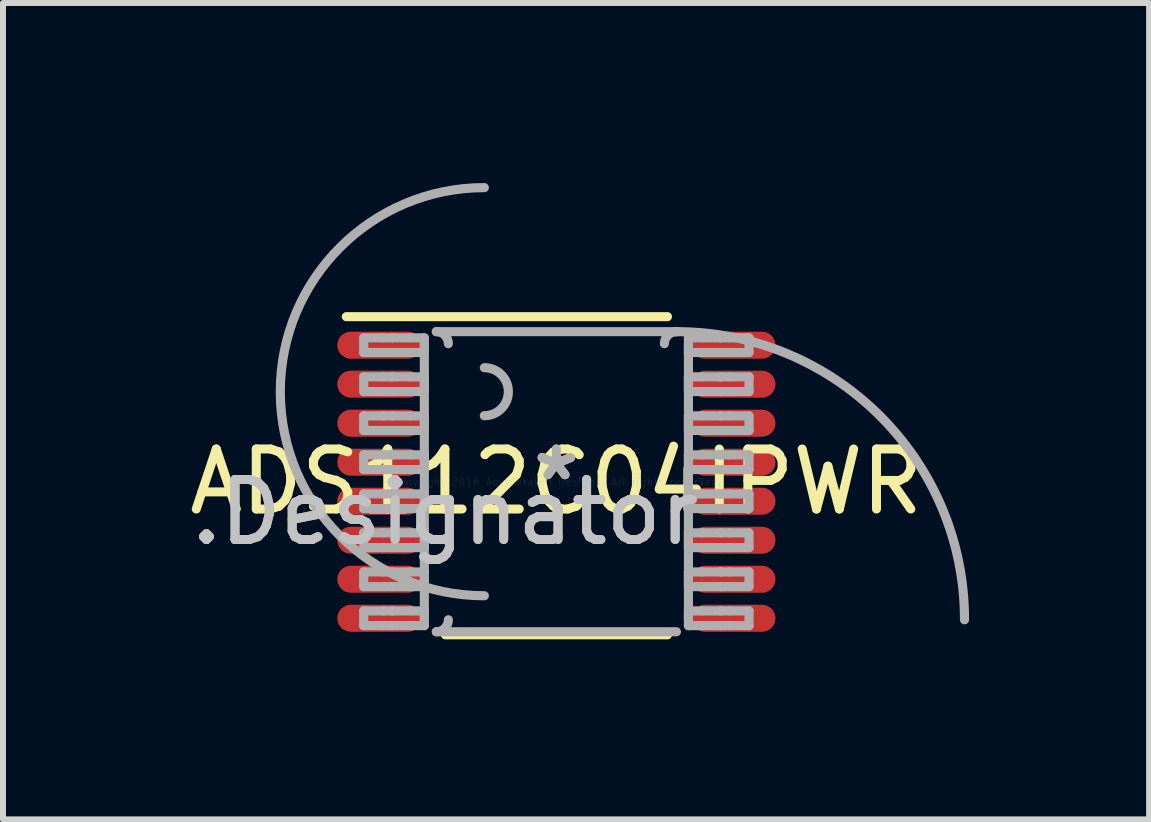
<source format=kicad_pcb>
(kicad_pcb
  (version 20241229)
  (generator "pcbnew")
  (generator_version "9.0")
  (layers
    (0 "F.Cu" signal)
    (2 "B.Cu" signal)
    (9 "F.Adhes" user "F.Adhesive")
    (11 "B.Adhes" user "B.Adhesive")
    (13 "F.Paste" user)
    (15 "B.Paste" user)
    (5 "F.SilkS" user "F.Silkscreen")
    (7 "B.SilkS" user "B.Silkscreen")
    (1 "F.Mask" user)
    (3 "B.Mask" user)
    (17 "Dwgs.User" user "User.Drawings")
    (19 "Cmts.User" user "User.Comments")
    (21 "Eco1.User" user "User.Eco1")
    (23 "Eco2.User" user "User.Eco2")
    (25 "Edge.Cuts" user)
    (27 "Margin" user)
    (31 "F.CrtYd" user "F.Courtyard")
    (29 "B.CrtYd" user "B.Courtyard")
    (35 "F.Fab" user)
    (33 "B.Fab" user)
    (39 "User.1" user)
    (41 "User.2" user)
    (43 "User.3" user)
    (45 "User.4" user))
  (footprint "ADS112C04IPWR"
    (layer "F.Cu")
    (at 6.22 4.976)
    (property "Reference" "ADS112C04IPWR" (at 0 0 0) (layer "F.SilkS") (effects (font (size 1 1) (thickness 0.15))))
    (attr through_hole)
    (fp_line (start -3.5 -2.75) (end 1.85 -2.75) (stroke (width 0.152) (type solid)) (layer "F.SilkS"))
    (fp_line (start -1.85 2.55) (end 1.85 2.55) (stroke (width 0.152) (type solid)) (layer "F.SilkS"))
    (fp_line (start -3.21 -2.397) (end -2.887 -2.397) (stroke (width 0.152) (type solid)) (layer "F.Fab"))
    (fp_line (start -3.21 -2.153) (end -3.21 -2.397) (stroke (width 0.152) (type solid)) (layer "F.Fab"))
    (fp_line (start -3.21 -2.153) (end -2.887 -2.153) (stroke (width 0.152) (type solid)) (layer "F.Fab"))
    (fp_line (start -3.21 -1.748) (end -2.887 -1.748) (stroke (width 0.152) (type solid)) (layer "F.Fab"))
    (fp_line (start -3.21 -1.502) (end -3.21 -1.748) (stroke (width 0.152) (type solid)) (layer "F.Fab"))
    (fp_line (start -3.21 -1.502) (end -2.887 -1.502) (stroke (width 0.152) (type solid)) (layer "F.Fab"))
    (fp_line (start -3.21 -1.097) (end -2.887 -1.097) (stroke (width 0.152) (type solid)) (layer "F.Fab"))
    (fp_line (start -3.21 -0.853) (end -3.21 -1.097) (stroke (width 0.152) (type solid)) (layer "F.Fab"))
    (fp_line (start -3.21 -0.853) (end -2.887 -0.853) (stroke (width 0.152) (type solid)) (layer "F.Fab"))
    (fp_line (start -3.21 -0.448) (end -2.887 -0.448) (stroke (width 0.152) (type solid)) (layer "F.Fab"))
    (fp_line (start -3.21 -0.202) (end -3.21 -0.448) (stroke (width 0.152) (type solid)) (layer "F.Fab"))
    (fp_line (start -3.21 -0.202) (end -2.887 -0.202) (stroke (width 0.152) (type solid)) (layer "F.Fab"))
    (fp_line (start -3.21 0.203) (end -2.887 0.203) (stroke (width 0.152) (type solid)) (layer "F.Fab"))
    (fp_line (start -3.21 0.447) (end -3.21 0.203) (stroke (width 0.152) (type solid)) (layer "F.Fab"))
    (fp_line (start -3.21 0.447) (end -2.887 0.447) (stroke (width 0.152) (type solid)) (layer "F.Fab"))
    (fp_line (start -3.21 0.852) (end -2.887 0.852) (stroke (width 0.152) (type solid)) (layer "F.Fab"))
    (fp_line (start -3.21 1.098) (end -3.21 0.852) (stroke (width 0.152) (type solid)) (layer "F.Fab"))
    (fp_line (start -3.21 1.098) (end -2.887 1.098) (stroke (width 0.152) (type solid)) (layer "F.Fab"))
    (fp_line (start -3.21 1.503) (end -2.887 1.503) (stroke (width 0.152) (type solid)) (layer "F.Fab"))
    (fp_line (start -3.21 1.748) (end -3.21 1.503) (stroke (width 0.152) (type solid)) (layer "F.Fab"))
    (fp_line (start -3.21 1.748) (end -2.887 1.748) (stroke (width 0.152) (type solid)) (layer "F.Fab"))
    (fp_line (start -3.21 2.152) (end -2.887 2.152) (stroke (width 0.152) (type solid)) (layer "F.Fab"))
    (fp_line (start -3.21 2.398) (end -3.21 2.152) (stroke (width 0.152) (type solid)) (layer "F.Fab"))
    (fp_line (start -3.21 2.398) (end -2.887 2.398) (stroke (width 0.152) (type solid)) (layer "F.Fab"))
    (fp_line (start -2.887 -2.397) (end -2.739 -2.397) (stroke (width 0.152) (type solid)) (layer "F.Fab"))
    (fp_line (start -2.887 -2.153) (end -2.739 -2.153) (stroke (width 0.152) (type solid)) (layer "F.Fab"))
    (fp_line (start -2.887 -1.748) (end -2.739 -1.748) (stroke (width 0.152) (type solid)) (layer "F.Fab"))
    (fp_line (start -2.887 -1.502) (end -2.739 -1.502) (stroke (width 0.152) (type solid)) (layer "F.Fab"))
    (fp_line (start -2.887 -1.097) (end -2.739 -1.097) (stroke (width 0.152) (type solid)) (layer "F.Fab"))
    (fp_line (start -2.887 -0.853) (end -2.739 -0.853) (stroke (width 0.152) (type solid)) (layer "F.Fab"))
    (fp_line (start -2.887 -0.448) (end -2.739 -0.448) (stroke (width 0.152) (type solid)) (layer "F.Fab"))
    (fp_line (start -2.887 -0.202) (end -2.739 -0.202) (stroke (width 0.152) (type solid)) (layer "F.Fab"))
    (fp_line (start -2.887 0.203) (end -2.739 0.203) (stroke (width 0.152) (type solid)) (layer "F.Fab"))
    (fp_line (start -2.887 0.447) (end -2.739 0.447) (stroke (width 0.152) (type solid)) (layer "F.Fab"))
    (fp_line (start -2.887 0.852) (end -2.739 0.852) (stroke (width 0.152) (type solid)) (layer "F.Fab"))
    (fp_line (start -2.887 1.098) (end -2.739 1.098) (stroke (width 0.152) (type solid)) (layer "F.Fab"))
    (fp_line (start -2.887 1.503) (end -2.739 1.503) (stroke (width 0.152) (type solid)) (layer "F.Fab"))
    (fp_line (start -2.887 1.748) (end -2.739 1.748) (stroke (width 0.152) (type solid)) (layer "F.Fab"))
    (fp_line (start -2.887 2.152) (end -2.739 2.152) (stroke (width 0.152) (type solid)) (layer "F.Fab"))
    (fp_line (start -2.887 2.398) (end -2.739 2.398) (stroke (width 0.152) (type solid)) (layer "F.Fab"))
    (fp_line (start -2.739 -2.397) (end -2.733 -2.397) (stroke (width 0.152) (type solid)) (layer "F.Fab"))
    (fp_line (start -2.739 -2.153) (end -2.733 -2.153) (stroke (width 0.152) (type solid)) (layer "F.Fab"))
    (fp_line (start -2.739 -1.748) (end -2.733 -1.748) (stroke (width 0.152) (type solid)) (layer "F.Fab"))
    (fp_line (start -2.739 -1.502) (end -2.733 -1.502) (stroke (width 0.152) (type solid)) (layer "F.Fab"))
    (fp_line (start -2.739 -1.097) (end -2.733 -1.097) (stroke (width 0.152) (type solid)) (layer "F.Fab"))
    (fp_line (start -2.739 -0.853) (end -2.733 -0.853) (stroke (width 0.152) (type solid)) (layer "F.Fab"))
    (fp_line (start -2.739 -0.448) (end -2.733 -0.448) (stroke (width 0.152) (type solid)) (layer "F.Fab"))
    (fp_line (start -2.739 -0.202) (end -2.733 -0.202) (stroke (width 0.152) (type solid)) (layer "F.Fab"))
    (fp_line (start -2.739 0.203) (end -2.733 0.203) (stroke (width 0.152) (type solid)) (layer "F.Fab"))
    (fp_line (start -2.739 0.447) (end -2.733 0.447) (stroke (width 0.152) (type solid)) (layer "F.Fab"))
    (fp_line (start -2.739 0.852) (end -2.733 0.852) (stroke (width 0.152) (type solid)) (layer "F.Fab"))
    (fp_line (start -2.739 1.098) (end -2.733 1.098) (stroke (width 0.152) (type solid)) (layer "F.Fab"))
    (fp_line (start -2.739 1.503) (end -2.733 1.503) (stroke (width 0.152) (type solid)) (layer "F.Fab"))
    (fp_line (start -2.739 1.748) (end -2.733 1.748) (stroke (width 0.152) (type solid)) (layer "F.Fab"))
    (fp_line (start -2.739 2.152) (end -2.733 2.152) (stroke (width 0.152) (type solid)) (layer "F.Fab"))
    (fp_line (start -2.739 2.398) (end -2.733 2.398) (stroke (width 0.152) (type solid)) (layer "F.Fab"))
    (fp_line (start -2.733 -2.397) (end -2.431 -2.397) (stroke (width 0.152) (type solid)) (layer "F.Fab"))
    (fp_line (start -2.733 -2.153) (end -2.431 -2.153) (stroke (width 0.152) (type solid)) (layer "F.Fab"))
    (fp_line (start -2.733 -1.748) (end -2.431 -1.748) (stroke (width 0.152) (type solid)) (layer "F.Fab"))
    (fp_line (start -2.733 -1.502) (end -2.431 -1.502) (stroke (width 0.152) (type solid)) (layer "F.Fab"))
    (fp_line (start -2.733 -1.097) (end -2.431 -1.097) (stroke (width 0.152) (type solid)) (layer "F.Fab"))
    (fp_line (start -2.733 -0.853) (end -2.431 -0.853) (stroke (width 0.152) (type solid)) (layer "F.Fab"))
    (fp_line (start -2.733 -0.448) (end -2.431 -0.448) (stroke (width 0.152) (type solid)) (layer "F.Fab"))
    (fp_line (start -2.733 -0.202) (end -2.431 -0.202) (stroke (width 0.152) (type solid)) (layer "F.Fab"))
    (fp_line (start -2.733 0.203) (end -2.431 0.203) (stroke (width 0.152) (type solid)) (layer "F.Fab"))
    (fp_line (start -2.733 0.447) (end -2.431 0.447) (stroke (width 0.152) (type solid)) (layer "F.Fab"))
    (fp_line (start -2.733 0.852) (end -2.431 0.852) (stroke (width 0.152) (type solid)) (layer "F.Fab"))
    (fp_line (start -2.733 1.098) (end -2.431 1.098) (stroke (width 0.152) (type solid)) (layer "F.Fab"))
    (fp_line (start -2.733 1.503) (end -2.431 1.503) (stroke (width 0.152) (type solid)) (layer "F.Fab"))
    (fp_line (start -2.733 1.748) (end -2.431 1.748) (stroke (width 0.152) (type solid)) (layer "F.Fab"))
    (fp_line (start -2.733 2.152) (end -2.431 2.152) (stroke (width 0.152) (type solid)) (layer "F.Fab"))
    (fp_line (start -2.733 2.398) (end -2.431 2.398) (stroke (width 0.152) (type solid)) (layer "F.Fab"))
    (fp_line (start -2.431 -2.397) (end -2.2 -2.397) (stroke (width 0.152) (type solid)) (layer "F.Fab"))
    (fp_line (start -2.431 -2.153) (end -2.2 -2.153) (stroke (width 0.152) (type solid)) (layer "F.Fab"))
    (fp_line (start -2.431 -1.748) (end -2.2 -1.748) (stroke (width 0.152) (type solid)) (layer "F.Fab"))
    (fp_line (start -2.431 -1.502) (end -2.2 -1.502) (stroke (width 0.152) (type solid)) (layer "F.Fab"))
    (fp_line (start -2.431 -1.097) (end -2.2 -1.097) (stroke (width 0.152) (type solid)) (layer "F.Fab"))
    (fp_line (start -2.431 -0.853) (end -2.2 -0.853) (stroke (width 0.152) (type solid)) (layer "F.Fab"))
    (fp_line (start -2.431 -0.448) (end -2.2 -0.448) (stroke (width 0.152) (type solid)) (layer "F.Fab"))
    (fp_line (start -2.431 -0.202) (end -2.2 -0.202) (stroke (width 0.152) (type solid)) (layer "F.Fab"))
    (fp_line (start -2.431 0.203) (end -2.2 0.203) (stroke (width 0.152) (type solid)) (layer "F.Fab"))
    (fp_line (start -2.431 0.447) (end -2.2 0.447) (stroke (width 0.152) (type solid)) (layer "F.Fab"))
    (fp_line (start -2.431 0.852) (end -2.2 0.852) (stroke (width 0.152) (type solid)) (layer "F.Fab"))
    (fp_line (start -2.431 1.098) (end -2.2 1.098) (stroke (width 0.152) (type solid)) (layer "F.Fab"))
    (fp_line (start -2.431 1.503) (end -2.2 1.503) (stroke (width 0.152) (type solid)) (layer "F.Fab"))
    (fp_line (start -2.431 1.748) (end -2.2 1.748) (stroke (width 0.152) (type solid)) (layer "F.Fab"))
    (fp_line (start -2.431 2.152) (end -2.2 2.152) (stroke (width 0.152) (type solid)) (layer "F.Fab"))
    (fp_line (start -2.431 2.398) (end -2.2 2.398) (stroke (width 0.152) (type solid)) (layer "F.Fab"))
    (fp_line (start -2.2 -2.153) (end -2.2 -2.397) (stroke (width 0.152) (type solid)) (layer "F.Fab"))
    (fp_line (start -2.2 -1.502) (end -2.2 -1.748) (stroke (width 0.152) (type solid)) (layer "F.Fab"))
    (fp_line (start -2.2 -0.853) (end -2.2 -1.097) (stroke (width 0.152) (type solid)) (layer "F.Fab"))
    (fp_line (start -2.2 -0.202) (end -2.2 -0.448) (stroke (width 0.152) (type solid)) (layer "F.Fab"))
    (fp_line (start -2.2 0.447) (end -2.2 0.203) (stroke (width 0.152) (type solid)) (layer "F.Fab"))
    (fp_line (start -2.2 1.098) (end -2.2 0.852) (stroke (width 0.152) (type solid)) (layer "F.Fab"))
    (fp_line (start -2.2 1.748) (end -2.2 1.503) (stroke (width 0.152) (type solid)) (layer "F.Fab"))
    (fp_line (start -2.2 2.3) (end -2.2 -2.3) (stroke (width 0.152) (type solid)) (layer "F.Fab"))
    (fp_line (start -2.2 2.398) (end -2.2 2.152) (stroke (width 0.152) (type solid)) (layer "F.Fab"))
    (fp_line (start -2 -2.5) (end 2 -2.5) (stroke (width 0.152) (type solid)) (layer "F.Fab"))
    (fp_line (start -2 2.5) (end 2 2.5) (stroke (width 0.152) (type solid)) (layer "F.Fab"))
    (fp_line (start 2.2 -2.397) (end 2.43 -2.397) (stroke (width 0.152) (type solid)) (layer "F.Fab"))
    (fp_line (start 2.2 -2.153) (end 2.2 -2.397) (stroke (width 0.152) (type solid)) (layer "F.Fab"))
    (fp_line (start 2.2 -2.153) (end 2.43 -2.153) (stroke (width 0.152) (type solid)) (layer "F.Fab"))
    (fp_line (start 2.2 -1.748) (end 2.43 -1.748) (stroke (width 0.152) (type solid)) (layer "F.Fab"))
    (fp_line (start 2.2 -1.502) (end 2.2 -1.748) (stroke (width 0.152) (type solid)) (layer "F.Fab"))
    (fp_line (start 2.2 -1.502) (end 2.43 -1.502) (stroke (width 0.152) (type solid)) (layer "F.Fab"))
    (fp_line (start 2.2 -1.097) (end 2.43 -1.097) (stroke (width 0.152) (type solid)) (layer "F.Fab"))
    (fp_line (start 2.2 -0.853) (end 2.2 -1.097) (stroke (width 0.152) (type solid)) (layer "F.Fab"))
    (fp_line (start 2.2 -0.853) (end 2.43 -0.853) (stroke (width 0.152) (type solid)) (layer "F.Fab"))
    (fp_line (start 2.2 -0.448) (end 2.43 -0.448) (stroke (width 0.152) (type solid)) (layer "F.Fab"))
    (fp_line (start 2.2 -0.202) (end 2.2 -0.448) (stroke (width 0.152) (type solid)) (layer "F.Fab"))
    (fp_line (start 2.2 -0.202) (end 2.43 -0.202) (stroke (width 0.152) (type solid)) (layer "F.Fab"))
    (fp_line (start 2.2 0.203) (end 2.43 0.203) (stroke (width 0.152) (type solid)) (layer "F.Fab"))
    (fp_line (start 2.2 0.447) (end 2.2 0.203) (stroke (width 0.152) (type solid)) (layer "F.Fab"))
    (fp_line (start 2.2 0.447) (end 2.43 0.447) (stroke (width 0.152) (type solid)) (layer "F.Fab"))
    (fp_line (start 2.2 0.852) (end 2.43 0.852) (stroke (width 0.152) (type solid)) (layer "F.Fab"))
    (fp_line (start 2.2 1.098) (end 2.2 0.852) (stroke (width 0.152) (type solid)) (layer "F.Fab"))
    (fp_line (start 2.2 1.098) (end 2.43 1.098) (stroke (width 0.152) (type solid)) (layer "F.Fab"))
    (fp_line (start 2.2 1.503) (end 2.43 1.503) (stroke (width 0.152) (type solid)) (layer "F.Fab"))
    (fp_line (start 2.2 1.748) (end 2.2 1.503) (stroke (width 0.152) (type solid)) (layer "F.Fab"))
    (fp_line (start 2.2 1.748) (end 2.43 1.748) (stroke (width 0.152) (type solid)) (layer "F.Fab"))
    (fp_line (start 2.2 2.152) (end 2.43 2.152) (stroke (width 0.152) (type solid)) (layer "F.Fab"))
    (fp_line (start 2.2 2.3) (end 2.2 -2.3) (stroke (width 0.152) (type solid)) (layer "F.Fab"))
    (fp_line (start 2.2 2.398) (end 2.2 2.152) (stroke (width 0.152) (type solid)) (layer "F.Fab"))
    (fp_line (start 2.2 2.398) (end 2.43 2.398) (stroke (width 0.152) (type solid)) (layer "F.Fab"))
    (fp_line (start 2.43 -2.397) (end 2.733 -2.397) (stroke (width 0.152) (type solid)) (layer "F.Fab"))
    (fp_line (start 2.43 -2.153) (end 2.733 -2.153) (stroke (width 0.152) (type solid)) (layer "F.Fab"))
    (fp_line (start 2.43 -1.748) (end 2.733 -1.748) (stroke (width 0.152) (type solid)) (layer "F.Fab"))
    (fp_line (start 2.43 -1.502) (end 2.733 -1.502) (stroke (width 0.152) (type solid)) (layer "F.Fab"))
    (fp_line (start 2.43 -1.097) (end 2.733 -1.097) (stroke (width 0.152) (type solid)) (layer "F.Fab"))
    (fp_line (start 2.43 -0.853) (end 2.733 -0.853) (stroke (width 0.152) (type solid)) (layer "F.Fab"))
    (fp_line (start 2.43 -0.448) (end 2.733 -0.448) (stroke (width 0.152) (type solid)) (layer "F.Fab"))
    (fp_line (start 2.43 -0.202) (end 2.733 -0.202) (stroke (width 0.152) (type solid)) (layer "F.Fab"))
    (fp_line (start 2.43 0.203) (end 2.733 0.203) (stroke (width 0.152) (type solid)) (layer "F.Fab"))
    (fp_line (start 2.43 0.447) (end 2.733 0.447) (stroke (width 0.152) (type solid)) (layer "F.Fab"))
    (fp_line (start 2.43 0.852) (end 2.733 0.852) (stroke (width 0.152) (type solid)) (layer "F.Fab"))
    (fp_line (start 2.43 1.098) (end 2.733 1.098) (stroke (width 0.152) (type solid)) (layer "F.Fab"))
    (fp_line (start 2.43 1.503) (end 2.733 1.503) (stroke (width 0.152) (type solid)) (layer "F.Fab"))
    (fp_line (start 2.43 1.748) (end 2.733 1.748) (stroke (width 0.152) (type solid)) (layer "F.Fab"))
    (fp_line (start 2.43 2.152) (end 2.733 2.152) (stroke (width 0.152) (type solid)) (layer "F.Fab"))
    (fp_line (start 2.43 2.398) (end 2.733 2.398) (stroke (width 0.152) (type solid)) (layer "F.Fab"))
    (fp_line (start 2.733 -2.397) (end 2.739 -2.397) (stroke (width 0.152) (type solid)) (layer "F.Fab"))
    (fp_line (start 2.733 -2.153) (end 2.739 -2.153) (stroke (width 0.152) (type solid)) (layer "F.Fab"))
    (fp_line (start 2.733 -1.748) (end 2.739 -1.748) (stroke (width 0.152) (type solid)) (layer "F.Fab"))
    (fp_line (start 2.733 -1.502) (end 2.739 -1.502) (stroke (width 0.152) (type solid)) (layer "F.Fab"))
    (fp_line (start 2.733 -1.097) (end 2.739 -1.097) (stroke (width 0.152) (type solid)) (layer "F.Fab"))
    (fp_line (start 2.733 -0.853) (end 2.739 -0.853) (stroke (width 0.152) (type solid)) (layer "F.Fab"))
    (fp_line (start 2.733 -0.448) (end 2.739 -0.448) (stroke (width 0.152) (type solid)) (layer "F.Fab"))
    (fp_line (start 2.733 -0.202) (end 2.739 -0.202) (stroke (width 0.152) (type solid)) (layer "F.Fab"))
    (fp_line (start 2.733 0.203) (end 2.739 0.203) (stroke (width 0.152) (type solid)) (layer "F.Fab"))
    (fp_line (start 2.733 0.447) (end 2.739 0.447) (stroke (width 0.152) (type solid)) (layer "F.Fab"))
    (fp_line (start 2.733 0.852) (end 2.739 0.852) (stroke (width 0.152) (type solid)) (layer "F.Fab"))
    (fp_line (start 2.733 1.098) (end 2.739 1.098) (stroke (width 0.152) (type solid)) (layer "F.Fab"))
    (fp_line (start 2.733 1.503) (end 2.739 1.503) (stroke (width 0.152) (type solid)) (layer "F.Fab"))
    (fp_line (start 2.733 1.748) (end 2.739 1.748) (stroke (width 0.152) (type solid)) (layer "F.Fab"))
    (fp_line (start 2.733 2.152) (end 2.739 2.152) (stroke (width 0.152) (type solid)) (layer "F.Fab"))
    (fp_line (start 2.733 2.398) (end 2.739 2.398) (stroke (width 0.152) (type solid)) (layer "F.Fab"))
    (fp_line (start 2.739 -2.397) (end 2.887 -2.397) (stroke (width 0.152) (type solid)) (layer "F.Fab"))
    (fp_line (start 2.739 -2.153) (end 2.887 -2.153) (stroke (width 0.152) (type solid)) (layer "F.Fab"))
    (fp_line (start 2.739 -1.748) (end 2.887 -1.748) (stroke (width 0.152) (type solid)) (layer "F.Fab"))
    (fp_line (start 2.739 -1.502) (end 2.887 -1.502) (stroke (width 0.152) (type solid)) (layer "F.Fab"))
    (fp_line (start 2.739 -1.097) (end 2.887 -1.097) (stroke (width 0.152) (type solid)) (layer "F.Fab"))
    (fp_line (start 2.739 -0.853) (end 2.887 -0.853) (stroke (width 0.152) (type solid)) (layer "F.Fab"))
    (fp_line (start 2.739 -0.448) (end 2.887 -0.448) (stroke (width 0.152) (type solid)) (layer "F.Fab"))
    (fp_line (start 2.739 -0.202) (end 2.887 -0.202) (stroke (width 0.152) (type solid)) (layer "F.Fab"))
    (fp_line (start 2.739 0.203) (end 2.887 0.203) (stroke (width 0.152) (type solid)) (layer "F.Fab"))
    (fp_line (start 2.739 0.447) (end 2.887 0.447) (stroke (width 0.152) (type solid)) (layer "F.Fab"))
    (fp_line (start 2.739 0.852) (end 2.887 0.852) (stroke (width 0.152) (type solid)) (layer "F.Fab"))
    (fp_line (start 2.739 1.098) (end 2.887 1.098) (stroke (width 0.152) (type solid)) (layer "F.Fab"))
    (fp_line (start 2.739 1.503) (end 2.887 1.503) (stroke (width 0.152) (type solid)) (layer "F.Fab"))
    (fp_line (start 2.739 1.748) (end 2.887 1.748) (stroke (width 0.152) (type solid)) (layer "F.Fab"))
    (fp_line (start 2.739 2.152) (end 2.887 2.152) (stroke (width 0.152) (type solid)) (layer "F.Fab"))
    (fp_line (start 2.739 2.398) (end 2.887 2.398) (stroke (width 0.152) (type solid)) (layer "F.Fab"))
    (fp_line (start 2.887 -2.397) (end 3.21 -2.397) (stroke (width 0.152) (type solid)) (layer "F.Fab"))
    (fp_line (start 2.887 -2.153) (end 3.21 -2.153) (stroke (width 0.152) (type solid)) (layer "F.Fab"))
    (fp_line (start 2.887 -1.748) (end 3.21 -1.748) (stroke (width 0.152) (type solid)) (layer "F.Fab"))
    (fp_line (start 2.887 -1.502) (end 3.21 -1.502) (stroke (width 0.152) (type solid)) (layer "F.Fab"))
    (fp_line (start 2.887 -1.097) (end 3.21 -1.097) (stroke (width 0.152) (type solid)) (layer "F.Fab"))
    (fp_line (start 2.887 -0.853) (end 3.21 -0.853) (stroke (width 0.152) (type solid)) (layer "F.Fab"))
    (fp_line (start 2.887 -0.448) (end 3.21 -0.448) (stroke (width 0.152) (type solid)) (layer "F.Fab"))
    (fp_line (start 2.887 -0.202) (end 3.21 -0.202) (stroke (width 0.152) (type solid)) (layer "F.Fab"))
    (fp_line (start 2.887 0.203) (end 3.21 0.203) (stroke (width 0.152) (type solid)) (layer "F.Fab"))
    (fp_line (start 2.887 0.447) (end 3.21 0.447) (stroke (width 0.152) (type solid)) (layer "F.Fab"))
    (fp_line (start 2.887 0.852) (end 3.21 0.852) (stroke (width 0.152) (type solid)) (layer "F.Fab"))
    (fp_line (start 2.887 1.098) (end 3.21 1.098) (stroke (width 0.152) (type solid)) (layer "F.Fab"))
    (fp_line (start 2.887 1.503) (end 3.21 1.503) (stroke (width 0.152) (type solid)) (layer "F.Fab"))
    (fp_line (start 2.887 1.748) (end 3.21 1.748) (stroke (width 0.152) (type solid)) (layer "F.Fab"))
    (fp_line (start 2.887 2.152) (end 3.21 2.152) (stroke (width 0.152) (type solid)) (layer "F.Fab"))
    (fp_line (start 2.887 2.398) (end 3.21 2.398) (stroke (width 0.152) (type solid)) (layer "F.Fab"))
    (fp_line (start 3.21 -2.153) (end 3.21 -2.397) (stroke (width 0.152) (type solid)) (layer "F.Fab"))
    (fp_line (start 3.21 -1.502) (end 3.21 -1.748) (stroke (width 0.152) (type solid)) (layer "F.Fab"))
    (fp_line (start 3.21 -0.853) (end 3.21 -1.097) (stroke (width 0.152) (type solid)) (layer "F.Fab"))
    (fp_line (start 3.21 -0.202) (end 3.21 -0.448) (stroke (width 0.152) (type solid)) (layer "F.Fab"))
    (fp_line (start 3.21 0.447) (end 3.21 0.203) (stroke (width 0.152) (type solid)) (layer "F.Fab"))
    (fp_line (start 3.21 1.098) (end 3.21 0.852) (stroke (width 0.152) (type solid)) (layer "F.Fab"))
    (fp_line (start 3.21 1.748) (end 3.21 1.503) (stroke (width 0.152) (type solid)) (layer "F.Fab"))
    (fp_line (start 3.21 2.398) (end 3.21 2.152) (stroke (width 0.152) (type solid)) (layer "F.Fab"))
    (fp_arc (start -2.000001 -2.5) (mid -1.85858 -2.441421) (end -1.800001 -2.3) (stroke (width 0.1524) (type solid)) (layer "F.Fab"))
    (fp_arc (start -1.800001 2.300016) (mid -1.85858 2.441437) (end -2.000001 2.500016) (stroke (width 0.1524) (type solid)) (layer "F.Fab"))
    (fp_arc (start -1.200003 -1.900001) (mid -0.800004 -1.500002) (end -1.200003 -1.100003) (stroke (width 0.1524) (type solid)) (layer "F.Fab"))
    (fp_arc (start -1.200003 1.900001) (mid -4.600006 -1.500002) (end -1.200003 -4.900005) (stroke (width 0.1524) (type solid)) (layer "F.Fab"))
    (fp_arc (start 1.799991 -2.3) (mid 1.85857 -2.441421) (end 1.999991 -2.5) (stroke (width 0.1524) (type solid)) (layer "F.Fab"))
    (fp_arc (start 1.999991 -2.500015) (mid 5.394125 -1.094118) (end 6.800022 2.300016) (stroke (width 0.1524) (type solid)) (layer "F.Fab"))
    (fp_text user "*" (at 0 0 0) (layer "F.SilkS") (effects (font (size 1 1) (thickness 0.15))))
    (fp_text user ".Designator" (at -1.854 0.508 0) (layer "Dwgs.User") (effects (font (size 1 1) (thickness 0.15))))
    (fp_text user "Copyright 2016 Accelerated Designs. All rights reserved." (at 0 0 0) (layer "Cmts.User") (effects (font (size 0.127 0.127) (thickness 0.002))))
    (fp_text user "*" (at 0 0 0) (layer "F.Fab") (effects (font (size 1 1) (thickness 0.15))))
    (fp_text user ".Designator" (at -1.854 0.508 0) (layer "F.Fab") (effects (font (size 1 1) (thickness 0.15))))
    (pad "1" smd oval (at -2.95 -2.275 90) (size 0.45 1.4) (layers "F.Cu" "F.Mask" "F.Paste"))
    (pad "2" smd oval (at -2.95 -1.625 90) (size 0.45 1.4) (layers "F.Cu" "F.Mask" "F.Paste"))
    (pad "3" smd oval (at -2.95 -0.975 90) (size 0.45 1.4) (layers "F.Cu" "F.Mask" "F.Paste"))
    (pad "4" smd oval (at -2.95 -0.325 90) (size 0.45 1.4) (layers "F.Cu" "F.Mask" "F.Paste"))
    (pad "5" smd oval (at -2.95 0.325 90) (size 0.45 1.4) (layers "F.Cu" "F.Mask" "F.Paste"))
    (pad "6" smd oval (at -2.95 0.975 90) (size 0.45 1.4) (layers "F.Cu" "F.Mask" "F.Paste"))
    (pad "7" smd oval (at -2.95 1.625 90) (size 0.45 1.4) (layers "F.Cu" "F.Mask" "F.Paste"))
    (pad "8" smd oval (at -2.95 2.275 90) (size 0.45 1.4) (layers "F.Cu" "F.Mask" "F.Paste"))
    (pad "9" smd oval (at 2.95 2.275 90) (size 0.45 1.4) (layers "F.Cu" "F.Mask" "F.Paste"))
    (pad "10" smd oval (at 2.95 1.625 90) (size 0.45 1.4) (layers "F.Cu" "F.Mask" "F.Paste"))
    (pad "11" smd oval (at 2.95 0.975 90) (size 0.45 1.4) (layers "F.Cu" "F.Mask" "F.Paste"))
    (pad "12" smd oval (at 2.95 0.325 90) (size 0.45 1.4) (layers "F.Cu" "F.Mask" "F.Paste"))
    (pad "13" smd oval (at 2.95 -0.325 90) (size 0.45 1.4) (layers "F.Cu" "F.Mask" "F.Paste"))
    (pad "14" smd oval (at 2.95 -0.975 90) (size 0.45 1.4) (layers "F.Cu" "F.Mask" "F.Paste"))
    (pad "15" smd oval (at 2.95 -1.625 90) (size 0.45 1.4) (layers "F.Cu" "F.Mask" "F.Paste"))
    (pad "16" smd oval (at 2.95 -2.275 90) (size 0.45 1.4) (layers "F.Cu" "F.Mask" "F.Paste")))
  (gr_rect
    (start -3 -3)
    (end 16.096 10.602)
    (stroke (width 0.1) (type default))
    (fill no)
    (layer "Edge.Cuts")))
</source>
